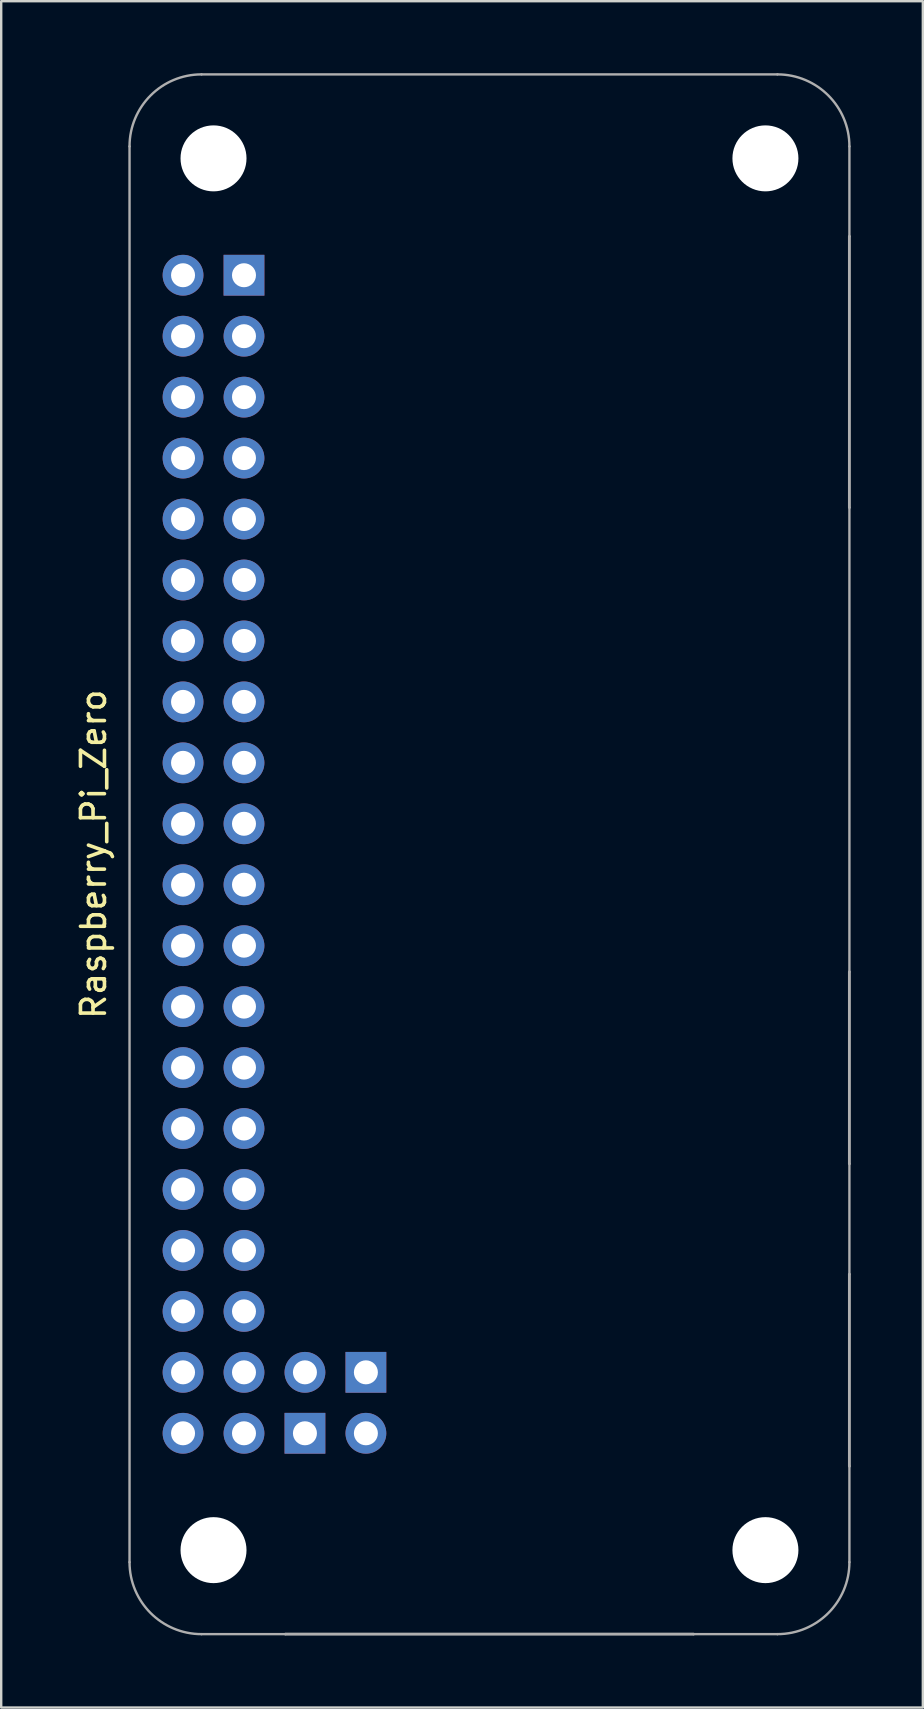
<source format=kicad_pcb>
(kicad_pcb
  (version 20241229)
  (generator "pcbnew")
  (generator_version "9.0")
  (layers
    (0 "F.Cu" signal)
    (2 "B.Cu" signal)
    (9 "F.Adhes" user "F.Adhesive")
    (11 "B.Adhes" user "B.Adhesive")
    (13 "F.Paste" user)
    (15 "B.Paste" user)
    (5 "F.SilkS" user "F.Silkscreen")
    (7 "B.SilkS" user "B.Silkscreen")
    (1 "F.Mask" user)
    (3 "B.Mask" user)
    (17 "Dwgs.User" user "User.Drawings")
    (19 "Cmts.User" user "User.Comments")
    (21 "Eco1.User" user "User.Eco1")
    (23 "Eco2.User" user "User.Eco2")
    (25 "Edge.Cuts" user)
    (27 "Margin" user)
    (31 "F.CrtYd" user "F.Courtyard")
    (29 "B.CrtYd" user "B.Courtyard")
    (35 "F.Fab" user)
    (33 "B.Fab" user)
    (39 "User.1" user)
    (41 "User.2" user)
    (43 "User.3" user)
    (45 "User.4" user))
  (footprint "Raspberry_Pi_Zero"
    (layer "F.Cu")
    (at 7.118 8.42)
    (property "Reference" "Raspberry_Pi_Zero" (at -6.27 24.13 90) (layer "F.SilkS") (effects (font (size 1 1) (thickness 0.15))))
    (attr through_hole)
    (fp_line (start -4.77 53.63) (end -4.77 -5.37) (stroke (width 0.1) (type solid)) (layer "F.Fab"))
    (fp_line (start -1.77 -8.37) (end 22.23 -8.37) (stroke (width 0.1) (type solid)) (layer "F.Fab"))
    (fp_line (start -1.77 56.63) (end 1.73 56.63) (stroke (width 0.1) (type solid)) (layer "F.Fab"))
    (fp_line (start 1.73 56.63) (end 18.73 56.63) (stroke (width 0.12) (type solid)) (layer "F.Fab"))
    (fp_line (start 22.23 56.63) (end 18.73 56.63) (stroke (width 0.1) (type solid)) (layer "F.Fab"))
    (fp_line (start 25.23 -1.62) (end 25.23 -5.37) (stroke (width 0.1) (type solid)) (layer "F.Fab"))
    (fp_line (start 25.23 9.68) (end 25.23 -1.62) (stroke (width 0.12) (type solid)) (layer "F.Fab"))
    (fp_line (start 25.23 29.03) (end 25.23 9.68) (stroke (width 0.1) (type solid)) (layer "F.Fab"))
    (fp_line (start 25.23 37.03) (end 25.23 29.03) (stroke (width 0.12) (type solid)) (layer "F.Fab"))
    (fp_line (start 25.23 41.63) (end 25.23 37.03) (stroke (width 0.1) (type solid)) (layer "F.Fab"))
    (fp_line (start 25.23 49.63) (end 25.23 41.63) (stroke (width 0.12) (type solid)) (layer "F.Fab"))
    (fp_line (start 25.23 49.63) (end 25.23 53.63) (stroke (width 0.1) (type solid)) (layer "F.Fab"))
    (fp_arc (start -4.77 -5.37) (mid -3.89132 -7.49132) (end -1.77 -8.37) (stroke (width 0.1) (type solid)) (layer "F.Fab"))
    (fp_arc (start -1.77 56.63) (mid -3.89132 55.75132) (end -4.77 53.63) (stroke (width 0.1) (type solid)) (layer "F.Fab"))
    (fp_arc (start 22.23 -8.37) (mid 24.35132 -7.49132) (end 25.23 -5.37) (stroke (width 0.1) (type solid)) (layer "F.Fab"))
    (fp_arc (start 25.23 53.63) (mid 24.35132 55.75132) (end 22.23 56.63) (stroke (width 0.1) (type solid)) (layer "F.Fab"))
    (pad "" np_thru_hole circle (at -1.27 -4.87 90) (size 2.75 2.75) (drill 2.75) (layers "*.Cu" "*.Mask"))
    (pad "" np_thru_hole circle (at -1.27 53.13 90) (size 2.75 2.75) (drill 2.75) (layers "*.Cu" "*.Mask"))
    (pad "" thru_hole oval (at 2.54 45.72) (size 1.7 1.7) (drill 1) (layers "*.Cu" "*.Mask"))
    (pad "" thru_hole rect (at 2.54 48.26) (size 1.7 1.7) (drill 1) (layers "*.Cu" "*.Mask"))
    (pad "" np_thru_hole circle (at 21.73 -4.87 90) (size 2.75 2.75) (drill 2.75) (layers "*.Cu" "*.Mask"))
    (pad "" np_thru_hole circle (at 21.73 53.13 90) (size 2.75 2.75) (drill 2.75) (layers "*.Cu" "*.Mask"))
    (pad "1" thru_hole rect (at 0 0) (size 1.7 1.7) (drill 1) (layers "*.Cu" "*.Mask"))
    (pad "2" thru_hole oval (at -2.54 0) (size 1.7 1.7) (drill 1) (layers "*.Cu" "*.Mask"))
    (pad "3" thru_hole oval (at 0 2.54) (size 1.7 1.7) (drill 1) (layers "*.Cu" "*.Mask"))
    (pad "4" thru_hole oval (at -2.54 2.54) (size 1.7 1.7) (drill 1) (layers "*.Cu" "*.Mask"))
    (pad "5" thru_hole oval (at 0 5.08) (size 1.7 1.7) (drill 1) (layers "*.Cu" "*.Mask"))
    (pad "6" thru_hole oval (at -2.54 5.08) (size 1.7 1.7) (drill 1) (layers "*.Cu" "*.Mask"))
    (pad "7" thru_hole oval (at 0 7.62) (size 1.7 1.7) (drill 1) (layers "*.Cu" "*.Mask"))
    (pad "8" thru_hole oval (at -2.54 7.62) (size 1.7 1.7) (drill 1) (layers "*.Cu" "*.Mask"))
    (pad "9" thru_hole oval (at 0 10.16) (size 1.7 1.7) (drill 1) (layers "*.Cu" "*.Mask"))
    (pad "10" thru_hole oval (at -2.54 10.16) (size 1.7 1.7) (drill 1) (layers "*.Cu" "*.Mask"))
    (pad "11" thru_hole oval (at 0 12.7) (size 1.7 1.7) (drill 1) (layers "*.Cu" "*.Mask"))
    (pad "12" thru_hole oval (at -2.54 12.7) (size 1.7 1.7) (drill 1) (layers "*.Cu" "*.Mask"))
    (pad "13" thru_hole oval (at 0 15.24) (size 1.7 1.7) (drill 1) (layers "*.Cu" "*.Mask"))
    (pad "14" thru_hole oval (at -2.54 15.24) (size 1.7 1.7) (drill 1) (layers "*.Cu" "*.Mask"))
    (pad "15" thru_hole oval (at 0 17.78) (size 1.7 1.7) (drill 1) (layers "*.Cu" "*.Mask"))
    (pad "16" thru_hole oval (at -2.54 17.78) (size 1.7 1.7) (drill 1) (layers "*.Cu" "*.Mask"))
    (pad "17" thru_hole oval (at 0 20.32) (size 1.7 1.7) (drill 1) (layers "*.Cu" "*.Mask"))
    (pad "18" thru_hole oval (at -2.54 20.32) (size 1.7 1.7) (drill 1) (layers "*.Cu" "*.Mask"))
    (pad "19" thru_hole oval (at 0 22.86) (size 1.7 1.7) (drill 1) (layers "*.Cu" "*.Mask"))
    (pad "20" thru_hole oval (at -2.54 22.86) (size 1.7 1.7) (drill 1) (layers "*.Cu" "*.Mask"))
    (pad "21" thru_hole oval (at 0 25.4) (size 1.7 1.7) (drill 1) (layers "*.Cu" "*.Mask"))
    (pad "22" thru_hole oval (at -2.54 25.4) (size 1.7 1.7) (drill 1) (layers "*.Cu" "*.Mask"))
    (pad "23" thru_hole oval (at 0 27.94) (size 1.7 1.7) (drill 1) (layers "*.Cu" "*.Mask"))
    (pad "24" thru_hole oval (at -2.54 27.94) (size 1.7 1.7) (drill 1) (layers "*.Cu" "*.Mask"))
    (pad "25" thru_hole oval (at 0 30.48) (size 1.7 1.7) (drill 1) (layers "*.Cu" "*.Mask"))
    (pad "26" thru_hole oval (at -2.54 30.48) (size 1.7 1.7) (drill 1) (layers "*.Cu" "*.Mask"))
    (pad "27" thru_hole oval (at 0 33.02) (size 1.7 1.7) (drill 1) (layers "*.Cu" "*.Mask"))
    (pad "28" thru_hole oval (at -2.54 33.02) (size 1.7 1.7) (drill 1) (layers "*.Cu" "*.Mask"))
    (pad "29" thru_hole oval (at 0 35.56) (size 1.7 1.7) (drill 1) (layers "*.Cu" "*.Mask"))
    (pad "30" thru_hole oval (at -2.54 35.56) (size 1.7 1.7) (drill 1) (layers "*.Cu" "*.Mask"))
    (pad "31" thru_hole oval (at 0 38.1) (size 1.7 1.7) (drill 1) (layers "*.Cu" "*.Mask"))
    (pad "32" thru_hole oval (at -2.54 38.1) (size 1.7 1.7) (drill 1) (layers "*.Cu" "*.Mask"))
    (pad "33" thru_hole oval (at 0 40.64) (size 1.7 1.7) (drill 1) (layers "*.Cu" "*.Mask"))
    (pad "34" thru_hole oval (at -2.54 40.64) (size 1.7 1.7) (drill 1) (layers "*.Cu" "*.Mask"))
    (pad "35" thru_hole oval (at 0 43.18) (size 1.7 1.7) (drill 1) (layers "*.Cu" "*.Mask"))
    (pad "36" thru_hole oval (at -2.54 43.18) (size 1.7 1.7) (drill 1) (layers "*.Cu" "*.Mask"))
    (pad "37" thru_hole oval (at 0 45.72) (size 1.7 1.7) (drill 1) (layers "*.Cu" "*.Mask"))
    (pad "38" thru_hole oval (at -2.54 45.72) (size 1.7 1.7) (drill 1) (layers "*.Cu" "*.Mask"))
    (pad "39" thru_hole oval (at 0 48.26) (size 1.7 1.7) (drill 1) (layers "*.Cu" "*.Mask"))
    (pad "40" thru_hole oval (at -2.54 48.26) (size 1.7 1.7) (drill 1) (layers "*.Cu" "*.Mask"))
    (pad "41" thru_hole rect (at 5.08 45.72) (size 1.7 1.7) (drill 1) (layers "*.Cu" "*.Mask"))
    (pad "42" thru_hole oval (at 5.08 48.26) (size 1.7 1.7) (drill 1) (layers "*.Cu" "*.Mask")))
  (gr_rect
    (start -3 -3)
    (end 35.408 68.11)
    (stroke (width 0.1) (type default))
    (fill no)
    (layer "Edge.Cuts")))
</source>
